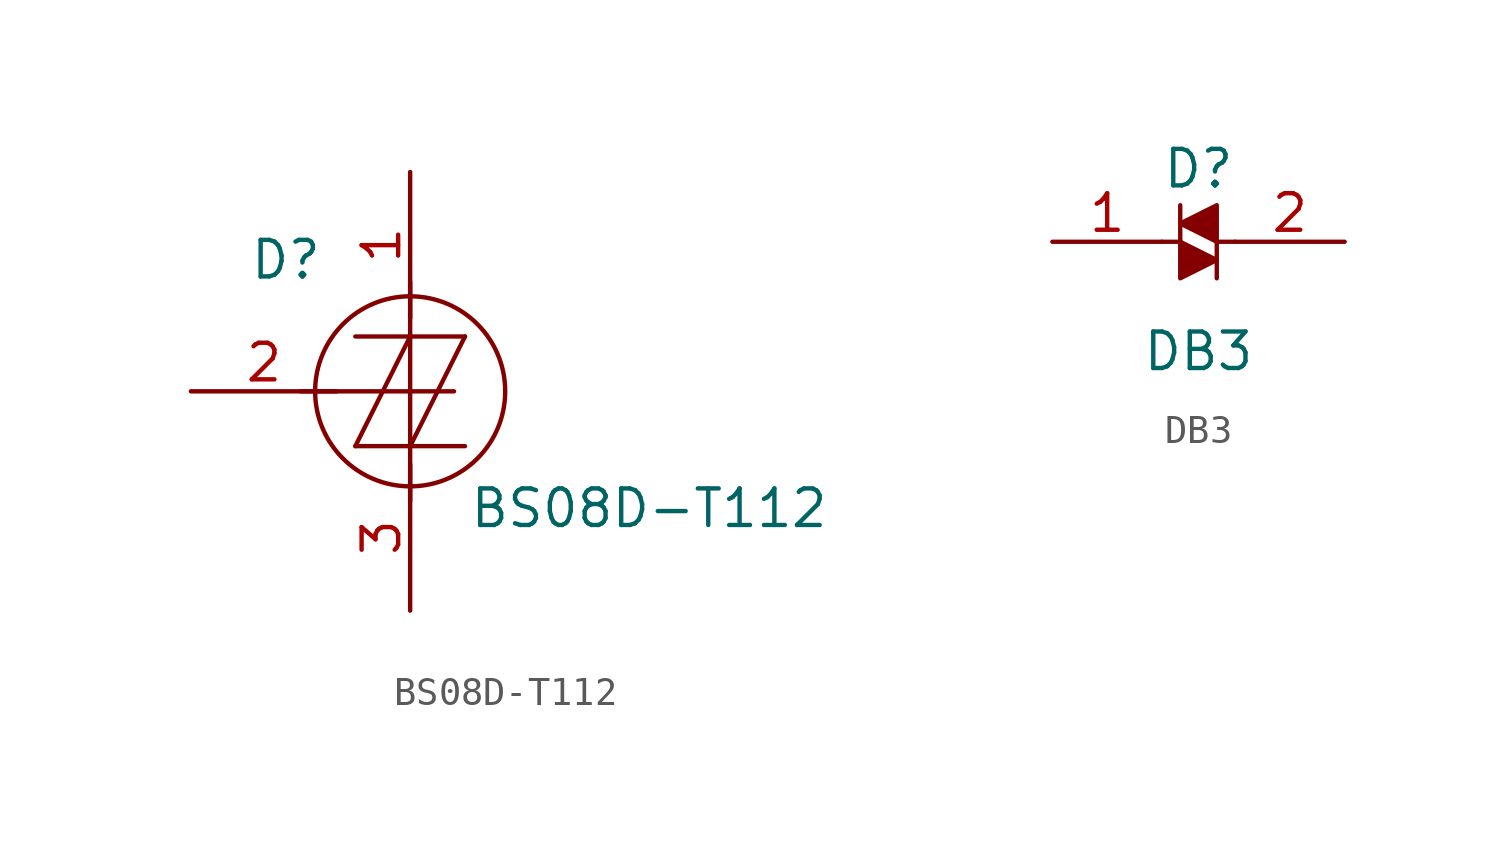
<source format=kicad_sym>
(kicad_symbol_lib
  (version 20231120)
  (generator "kicad_symbol_editor")
  (generator_version "8.0")
  (symbol "BS08D-T112"
    (pin_names
      (offset 0) hide)
    (property "Reference" "D"
      (at -4.318 4.572 0)
      (effects (font (size 1.27 1.27))))
    (property "Value" "BS08D-T112"
      (at 2.032 -4.064 0)
      (effects (font (size 1.27 1.27)) (justify left)))
    (symbol "BS08D-T112_0_1"
      (polyline (pts (xy -1.905 -1.905) (xy 1.905 -1.905)) (stroke (width 0) (type default)) (fill (type none)))
      (polyline (pts (xy -1.905 1.905) (xy 1.905 1.905)) (stroke (width 0) (type default)) (fill (type none)))
      (polyline (pts (xy 0 1.905) (xy -1.905 -1.905)) (stroke (width 0) (type default)) (fill (type none)))
      (polyline (pts (xy 0 3.81) (xy 0 -3.81)) (stroke (width 0) (type default)) (fill (type none)))
      (polyline (pts (xy 1.524 0) (xy -3.81 0)) (stroke (width 0) (type default)) (fill (type none)))
      (polyline (pts (xy 1.905 1.905) (xy 0 -1.905)) (stroke (width 0) (type default)) (fill (type none)))
      (circle (center 0 0) (radius 3.302) (stroke (width 0) (type default)) (fill (type none))))
    (symbol "BS08D-T112_1_1"
      (pin passive line (at 0 7.62 270) (length 5.08) (name "T2" (effects (font (size 1.27 1.27)))) (number "1" (effects (font (size 1.27 1.27)))))
      (pin input line (at -7.62 0 0) (length 5.08) (name "G" (effects (font (size 1.27 1.27)))) (number "2" (effects (font (size 1.27 1.27)))))
      (pin passive line (at 0 -7.62 90) (length 5.08) (name "T1" (effects (font (size 1.27 1.27)))) (number "3" (effects (font (size 1.27 1.27)))))))
  (symbol "DB3"
    (pin_names
      (offset 0))
    (property "Reference" "D"
      (at 0 2.54 0)
      (effects (font (size 1.27 1.27))))
    (property "Value" "DB3"
      (at 0 -3.81 0)
      (effects (font (size 1.27 1.27))))
    (symbol "DB3_0_1"
      (polyline (pts (xy -0.635 0) (xy -1.27 0)) (stroke (width 0) (type default)) (fill (type none)))
      (polyline (pts (xy -0.635 1.27) (xy -0.635 0)) (stroke (width 0) (type default)) (fill (type none)))
      (polyline (pts (xy 0.635 -1.27) (xy 0.635 0)) (stroke (width 0) (type default)) (fill (type none)))
      (polyline (pts (xy 1.27 0) (xy 0.635 0)) (stroke (width 0) (type default)) (fill (type none)))
      (polyline (pts (xy -0.635 0) (xy -0.635 -1.27) (xy 0.635 -0.635) (xy -0.635 0)) (stroke (width 0) (type default)) (fill (type outline)))
      (polyline (pts (xy -0.635 0.635) (xy 0.635 0) (xy 0.635 1.27) (xy -0.635 0.635)) (stroke (width 0) (type default)) (fill (type outline))))
    (symbol "DB3_1_1"
      (pin passive line (at -5.08 0 0) (length 3.81) (name "~" (effects (font (size 1.27 1.27)))) (number "1" (effects (font (size 1.27 1.27)))))
      (pin passive line (at 5.08 0 180) (length 3.81) (name "~" (effects (font (size 1.27 1.27)))) (number "2" (effects (font (size 1.27 1.27))))))))
</source>
